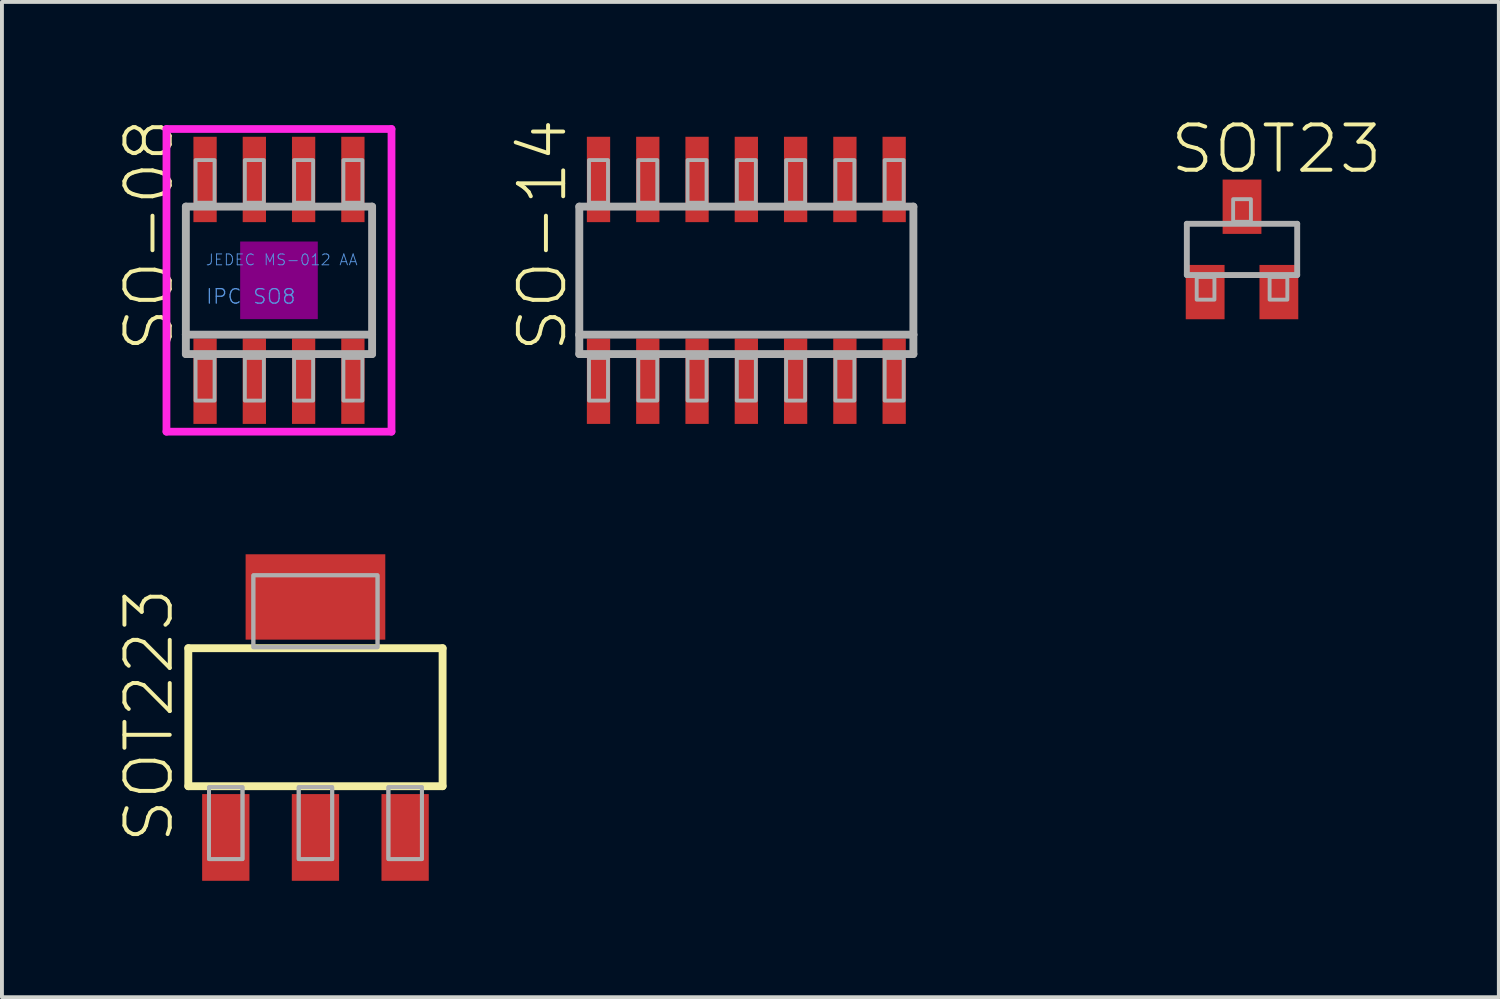
<source format=kicad_pcb>
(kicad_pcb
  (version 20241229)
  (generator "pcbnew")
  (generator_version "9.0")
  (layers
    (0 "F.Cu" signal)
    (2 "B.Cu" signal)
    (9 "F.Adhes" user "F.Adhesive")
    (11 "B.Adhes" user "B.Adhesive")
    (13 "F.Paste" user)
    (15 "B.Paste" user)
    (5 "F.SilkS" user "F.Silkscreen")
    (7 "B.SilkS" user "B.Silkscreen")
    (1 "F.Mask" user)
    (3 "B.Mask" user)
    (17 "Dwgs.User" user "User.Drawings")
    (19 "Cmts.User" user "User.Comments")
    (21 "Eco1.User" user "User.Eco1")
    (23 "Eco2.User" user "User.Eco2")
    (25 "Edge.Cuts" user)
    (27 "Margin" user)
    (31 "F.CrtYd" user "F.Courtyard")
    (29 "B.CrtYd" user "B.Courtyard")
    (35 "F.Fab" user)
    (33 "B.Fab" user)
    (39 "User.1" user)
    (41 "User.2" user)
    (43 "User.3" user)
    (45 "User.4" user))
  (footprint "SO-08"
    (layer "F.Cu")
    (at 4.14 4.175)
    (property "Reference" "SO-08" (at -2.667 1.905 90) (layer "F.SilkS") (effects (font (size 1.168 1.168) (thickness 0.102)) (justify left bottom)))
    (fp_poly (pts (xy -1 1) (xy 1 1) (xy 1 -1) (xy -1 -1)) (stroke (width 0) (type solid)) (fill yes) (layer "F.Adhes"))
    (fp_line (start -2.9 -3.9) (end 2.9 -3.9) (stroke (width 0.2) (type solid)) (layer "F.CrtYd"))
    (fp_line (start -2.9 3.9) (end -2.9 -3.9) (stroke (width 0.2) (type solid)) (layer "F.CrtYd"))
    (fp_line (start 2.9 -3.9) (end 2.9 3.9) (stroke (width 0.2) (type solid)) (layer "F.CrtYd"))
    (fp_line (start 2.9 3.9) (end -2.9 3.9) (stroke (width 0.2) (type solid)) (layer "F.CrtYd"))
    (fp_line (start -2.4 -1.9) (end 2.4 -1.9) (stroke (width 0.203) (type solid)) (layer "F.Fab"))
    (fp_line (start -2.4 1.4) (end -2.4 -1.9) (stroke (width 0.203) (type solid)) (layer "F.Fab"))
    (fp_line (start -2.4 1.9) (end -2.4 1.4) (stroke (width 0.203) (type solid)) (layer "F.Fab"))
    (fp_line (start 2.4 -1.9) (end 2.4 1.4) (stroke (width 0.203) (type solid)) (layer "F.Fab"))
    (fp_line (start 2.4 1.4) (end -2.4 1.4) (stroke (width 0.203) (type solid)) (layer "F.Fab"))
    (fp_line (start 2.4 1.4) (end 2.4 1.9) (stroke (width 0.203) (type solid)) (layer "F.Fab"))
    (fp_line (start 2.4 1.9) (end -2.4 1.9) (stroke (width 0.203) (type solid)) (layer "F.Fab"))
    (fp_poly (pts (xy -2.15 -2) (xy -1.66 -2) (xy -1.66 -3.1) (xy -2.15 -3.1)) (stroke (width 0.1) (type solid)) (fill no) (layer "F.Fab"))
    (fp_poly (pts (xy -2.15 3.1) (xy -1.66 3.1) (xy -1.66 2) (xy -2.15 2)) (stroke (width 0.1) (type solid)) (fill no) (layer "F.Fab"))
    (fp_poly (pts (xy -0.88 -2) (xy -0.39 -2) (xy -0.39 -3.1) (xy -0.88 -3.1)) (stroke (width 0.1) (type solid)) (fill no) (layer "F.Fab"))
    (fp_poly (pts (xy -0.88 3.1) (xy -0.39 3.1) (xy -0.39 2) (xy -0.88 2)) (stroke (width 0.1) (type solid)) (fill no) (layer "F.Fab"))
    (fp_poly (pts (xy 0.39 -2) (xy 0.88 -2) (xy 0.88 -3.1) (xy 0.39 -3.1)) (stroke (width 0.1) (type solid)) (fill no) (layer "F.Fab"))
    (fp_poly (pts (xy 0.39 3.1) (xy 0.88 3.1) (xy 0.88 2) (xy 0.39 2)) (stroke (width 0.1) (type solid)) (fill no) (layer "F.Fab"))
    (fp_poly (pts (xy 1.66 -2) (xy 2.15 -2) (xy 2.15 -3.1) (xy 1.66 -3.1)) (stroke (width 0.1) (type solid)) (fill no) (layer "F.Fab"))
    (fp_poly (pts (xy 1.66 3.1) (xy 2.15 3.1) (xy 2.15 2) (xy 1.66 2)) (stroke (width 0.1) (type solid)) (fill no) (layer "F.Fab"))
    (fp_text user "JEDEC MS-012 AA" (at -1.905 -0.365 0) (layer "Cmts.User") (effects (font (size 0.28 0.28) (thickness 0.024)) (justify left bottom)))
    (fp_text user "IPC SO8" (at -1.905 0.635 0) (layer "Cmts.User") (effects (font (size 0.374 0.374) (thickness 0.033)) (justify left bottom)))
    (pad "1" smd rect (at -1.905 2.6) (size 0.6 2.2) (layers "F.Cu" "F.Mask" "F.Paste"))
    (pad "2" smd rect (at -0.635 2.6) (size 0.6 2.2) (layers "F.Cu" "F.Mask" "F.Paste"))
    (pad "3" smd rect (at 0.635 2.6) (size 0.6 2.2) (layers "F.Cu" "F.Mask" "F.Paste"))
    (pad "4" smd rect (at 1.905 2.6) (size 0.6 2.2) (layers "F.Cu" "F.Mask" "F.Paste"))
    (pad "5" smd rect (at 1.905 -2.6) (size 0.6 2.2) (layers "F.Cu" "F.Mask" "F.Paste"))
    (pad "6" smd rect (at 0.635 -2.6) (size 0.6 2.2) (layers "F.Cu" "F.Mask" "F.Paste"))
    (pad "7" smd rect (at -0.635 -2.6) (size 0.6 2.2) (layers "F.Cu" "F.Mask" "F.Paste"))
    (pad "8" smd rect (at -1.905 -2.6) (size 0.6 2.2) (layers "F.Cu" "F.Mask" "F.Paste")))
  (footprint "SOT223"
    (layer "F.Cu")
    (at 5.08 15.434)
    (property "Reference" "SOT223" (at -3.607 3.302 90) (layer "F.SilkS") (effects (font (size 1.168 1.168) (thickness 0.102)) (justify left bottom)))
    (fp_line (start -3.277 -1.778) (end 3.277 -1.778) (stroke (width 0.203) (type solid)) (layer "F.SilkS"))
    (fp_line (start -3.277 1.778) (end -3.277 -1.778) (stroke (width 0.203) (type solid)) (layer "F.SilkS"))
    (fp_line (start 3.277 -1.778) (end 3.277 1.778) (stroke (width 0.203) (type solid)) (layer "F.SilkS"))
    (fp_line (start 3.277 1.778) (end -3.277 1.778) (stroke (width 0.203) (type solid)) (layer "F.SilkS"))
    (fp_poly (pts (xy -2.743 3.658) (xy -1.88 3.658) (xy -1.88 1.803) (xy -2.743 1.803)) (stroke (width 0.1) (type solid)) (fill no) (layer "F.Fab"))
    (fp_poly (pts (xy -2.743 3.658) (xy -1.88 3.658) (xy -1.88 1.803) (xy -2.743 1.803)) (stroke (width 0.1) (type solid)) (fill no) (layer "F.Fab"))
    (fp_poly (pts (xy -1.6 -1.803) (xy 1.6 -1.803) (xy 1.6 -3.658) (xy -1.6 -3.658)) (stroke (width 0.1) (type solid)) (fill no) (layer "F.Fab"))
    (fp_poly (pts (xy -1.6 -1.803) (xy 1.6 -1.803) (xy 1.6 -3.658) (xy -1.6 -3.658)) (stroke (width 0.1) (type solid)) (fill no) (layer "F.Fab"))
    (fp_poly (pts (xy -0.432 3.658) (xy 0.432 3.658) (xy 0.432 1.803) (xy -0.432 1.803)) (stroke (width 0.1) (type solid)) (fill no) (layer "F.Fab"))
    (fp_poly (pts (xy -0.432 3.658) (xy 0.432 3.658) (xy 0.432 1.803) (xy -0.432 1.803)) (stroke (width 0.1) (type solid)) (fill no) (layer "F.Fab"))
    (fp_poly (pts (xy 1.88 3.658) (xy 2.743 3.658) (xy 2.743 1.803) (xy 1.88 1.803)) (stroke (width 0.1) (type solid)) (fill no) (layer "F.Fab"))
    (fp_poly (pts (xy 1.88 3.658) (xy 2.743 3.658) (xy 2.743 1.803) (xy 1.88 1.803)) (stroke (width 0.1) (type solid)) (fill no) (layer "F.Fab"))
    (pad "1" smd rect (at -2.311 3.099) (size 1.219 2.235) (layers "F.Cu" "F.Mask" "F.Paste"))
    (pad "2" smd rect (at 0 3.099) (size 1.219 2.235) (layers "F.Cu" "F.Mask" "F.Paste"))
    (pad "3" smd rect (at 2.311 3.099) (size 1.219 2.235) (layers "F.Cu" "F.Mask" "F.Paste"))
    (pad "4" smd rect (at 0 -3.099) (size 3.6 2.2) (layers "F.Cu" "F.Mask" "F.Paste")))
  (footprint "SOT23"
    (layer "F.Cu")
    (at 28.96 3.378)
    (property "Reference" "SOT23" (at -1.905 -1.905 0) (layer "F.SilkS") (effects (font (size 1.168 1.168) (thickness 0.102)) (justify left bottom)))
    (fp_line (start -1.422 -0.66) (end 1.422 -0.66) (stroke (width 0.152) (type solid)) (layer "F.Fab"))
    (fp_line (start -1.422 0.66) (end -1.422 -0.66) (stroke (width 0.152) (type solid)) (layer "F.Fab"))
    (fp_line (start 1.422 -0.66) (end 1.422 0.66) (stroke (width 0.152) (type solid)) (layer "F.Fab"))
    (fp_line (start 1.422 0.66) (end -1.422 0.66) (stroke (width 0.152) (type solid)) (layer "F.Fab"))
    (fp_poly (pts (xy -1.168 1.295) (xy -0.711 1.295) (xy -0.711 0.711) (xy -1.168 0.711)) (stroke (width 0.1) (type solid)) (fill no) (layer "F.Fab"))
    (fp_poly (pts (xy -0.229 -0.711) (xy 0.229 -0.711) (xy 0.229 -1.295) (xy -0.229 -1.295)) (stroke (width 0.1) (type solid)) (fill no) (layer "F.Fab"))
    (fp_poly (pts (xy 0.711 1.295) (xy 1.168 1.295) (xy 1.168 0.711) (xy 0.711 0.711)) (stroke (width 0.1) (type solid)) (fill no) (layer "F.Fab"))
    (pad "1" smd rect (at -0.95 1.1) (size 1 1.4) (layers "F.Cu" "F.Mask" "F.Paste"))
    (pad "2" smd rect (at 0.95 1.1) (size 1 1.4) (layers "F.Cu" "F.Mask" "F.Paste"))
    (pad "3" smd rect (at 0 -1.1) (size 1 1.4) (layers "F.Cu" "F.Mask" "F.Paste")))
  (footprint "SO-14"
    (layer "F.Cu")
    (at 23.805 7.985)
    (property "Reference" "SO-14" (at -12.192 -1.905 90) (layer "F.SilkS") (effects (font (size 1.168 1.168) (thickness 0.102)) (justify left bottom)))
    (fp_line (start -11.925 -5.71) (end -3.315 -5.71) (stroke (width 0.203) (type solid)) (layer "F.Fab"))
    (fp_line (start -11.925 -2.41) (end -11.925 -5.71) (stroke (width 0.203) (type solid)) (layer "F.Fab"))
    (fp_line (start -11.925 -1.91) (end -11.925 -2.41) (stroke (width 0.203) (type solid)) (layer "F.Fab"))
    (fp_line (start -3.315 -5.71) (end -3.315 -2.41) (stroke (width 0.203) (type solid)) (layer "F.Fab"))
    (fp_line (start -3.315 -2.41) (end -11.925 -2.41) (stroke (width 0.203) (type solid)) (layer "F.Fab"))
    (fp_line (start -3.315 -2.41) (end -3.315 -1.91) (stroke (width 0.203) (type solid)) (layer "F.Fab"))
    (fp_line (start -3.315 -1.91) (end -11.925 -1.91) (stroke (width 0.203) (type solid)) (layer "F.Fab"))
    (fp_poly (pts (xy -11.675 -5.81) (xy -11.185 -5.81) (xy -11.185 -6.91) (xy -11.675 -6.91)) (stroke (width 0.1) (type solid)) (fill no) (layer "F.Fab"))
    (fp_poly (pts (xy -11.675 -0.71) (xy -11.185 -0.71) (xy -11.185 -1.81) (xy -11.675 -1.81)) (stroke (width 0.1) (type solid)) (fill no) (layer "F.Fab"))
    (fp_poly (pts (xy -10.405 -5.81) (xy -9.915 -5.81) (xy -9.915 -6.91) (xy -10.405 -6.91)) (stroke (width 0.1) (type solid)) (fill no) (layer "F.Fab"))
    (fp_poly (pts (xy -10.405 -0.71) (xy -9.915 -0.71) (xy -9.915 -1.81) (xy -10.405 -1.81)) (stroke (width 0.1) (type solid)) (fill no) (layer "F.Fab"))
    (fp_poly (pts (xy -9.135 -5.81) (xy -8.645 -5.81) (xy -8.645 -6.91) (xy -9.135 -6.91)) (stroke (width 0.1) (type solid)) (fill no) (layer "F.Fab"))
    (fp_poly (pts (xy -9.135 -0.71) (xy -8.645 -0.71) (xy -8.645 -1.81) (xy -9.135 -1.81)) (stroke (width 0.1) (type solid)) (fill no) (layer "F.Fab"))
    (fp_poly (pts (xy -7.865 -5.81) (xy -7.375 -5.81) (xy -7.375 -6.91) (xy -7.865 -6.91)) (stroke (width 0.1) (type solid)) (fill no) (layer "F.Fab"))
    (fp_poly (pts (xy -7.865 -0.71) (xy -7.375 -0.71) (xy -7.375 -1.81) (xy -7.865 -1.81)) (stroke (width 0.1) (type solid)) (fill no) (layer "F.Fab"))
    (fp_poly (pts (xy -6.595 -5.81) (xy -6.105 -5.81) (xy -6.105 -6.91) (xy -6.595 -6.91)) (stroke (width 0.1) (type solid)) (fill no) (layer "F.Fab"))
    (fp_poly (pts (xy -6.595 -0.71) (xy -6.105 -0.71) (xy -6.105 -1.81) (xy -6.595 -1.81)) (stroke (width 0.1) (type solid)) (fill no) (layer "F.Fab"))
    (fp_poly (pts (xy -5.325 -5.81) (xy -4.835 -5.81) (xy -4.835 -6.91) (xy -5.325 -6.91)) (stroke (width 0.1) (type solid)) (fill no) (layer "F.Fab"))
    (fp_poly (pts (xy -5.325 -0.71) (xy -4.835 -0.71) (xy -4.835 -1.81) (xy -5.325 -1.81)) (stroke (width 0.1) (type solid)) (fill no) (layer "F.Fab"))
    (fp_poly (pts (xy -4.055 -5.81) (xy -3.565 -5.81) (xy -3.565 -6.91) (xy -4.055 -6.91)) (stroke (width 0.1) (type solid)) (fill no) (layer "F.Fab"))
    (fp_poly (pts (xy -4.055 -0.71) (xy -3.565 -0.71) (xy -3.565 -1.81) (xy -4.055 -1.81)) (stroke (width 0.1) (type solid)) (fill no) (layer "F.Fab"))
    (pad "1" smd rect (at -11.43 -1.21) (size 0.6 2.2) (layers "F.Cu" "F.Mask" "F.Paste"))
    (pad "2" smd rect (at -10.16 -1.21) (size 0.6 2.2) (layers "F.Cu" "F.Mask" "F.Paste"))
    (pad "3" smd rect (at -8.89 -1.21) (size 0.6 2.2) (layers "F.Cu" "F.Mask" "F.Paste"))
    (pad "4" smd rect (at -7.62 -1.21) (size 0.6 2.2) (layers "F.Cu" "F.Mask" "F.Paste"))
    (pad "5" smd rect (at -6.35 -1.21) (size 0.6 2.2) (layers "F.Cu" "F.Mask" "F.Paste"))
    (pad "6" smd rect (at -5.08 -1.21) (size 0.6 2.2) (layers "F.Cu" "F.Mask" "F.Paste"))
    (pad "7" smd rect (at -3.81 -1.21) (size 0.6 2.2) (layers "F.Cu" "F.Mask" "F.Paste"))
    (pad "8" smd rect (at -3.81 -6.41) (size 0.6 2.2) (layers "F.Cu" "F.Mask" "F.Paste"))
    (pad "9" smd rect (at -5.08 -6.41) (size 0.6 2.2) (layers "F.Cu" "F.Mask" "F.Paste"))
    (pad "10" smd rect (at -6.35 -6.41) (size 0.6 2.2) (layers "F.Cu" "F.Mask" "F.Paste"))
    (pad "11" smd rect (at -7.62 -6.41) (size 0.6 2.2) (layers "F.Cu" "F.Mask" "F.Paste"))
    (pad "12" smd rect (at -8.89 -6.41) (size 0.6 2.2) (layers "F.Cu" "F.Mask" "F.Paste"))
    (pad "13" smd rect (at -10.16 -6.41) (size 0.6 2.2) (layers "F.Cu" "F.Mask" "F.Paste"))
    (pad "14" smd rect (at -11.43 -6.41) (size 0.6 2.2) (layers "F.Cu" "F.Mask" "F.Paste")))
  (gr_rect
    (start -3 -3)
    (end 35.579 22.65)
    (stroke (width 0.1) (type default))
    (fill no)
    (layer "Edge.Cuts")))
</source>
